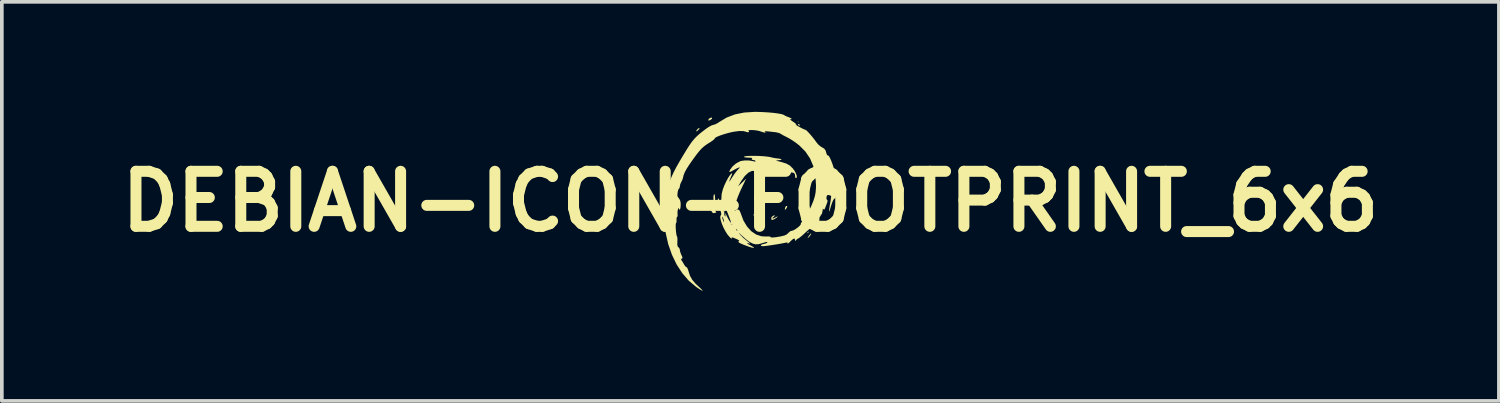
<source format=kicad_pcb>
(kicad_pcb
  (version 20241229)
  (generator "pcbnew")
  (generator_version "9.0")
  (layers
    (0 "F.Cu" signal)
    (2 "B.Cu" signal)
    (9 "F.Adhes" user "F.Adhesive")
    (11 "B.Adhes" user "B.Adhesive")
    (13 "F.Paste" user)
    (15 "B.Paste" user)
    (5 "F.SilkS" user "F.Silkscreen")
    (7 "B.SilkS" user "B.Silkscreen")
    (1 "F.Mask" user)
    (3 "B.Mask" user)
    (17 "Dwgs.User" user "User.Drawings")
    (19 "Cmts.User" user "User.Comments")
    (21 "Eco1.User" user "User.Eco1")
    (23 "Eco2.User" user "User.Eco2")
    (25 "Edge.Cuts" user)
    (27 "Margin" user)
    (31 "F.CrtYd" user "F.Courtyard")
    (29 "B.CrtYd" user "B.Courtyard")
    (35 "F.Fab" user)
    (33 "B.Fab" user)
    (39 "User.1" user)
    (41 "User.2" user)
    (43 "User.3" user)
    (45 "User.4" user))
  (footprint "DEBIAN-ICON-FOOTPRINT_6x6"
    (layer "F.Cu")
    (at 17.407 2.442)
    (property "Reference" "DEBIAN-ICON-FOOTPRINT_6x6" (at 0 0 0) (layer "F.SilkS") (effects (font (size 1.5 1.5) (thickness 0.3))))
    (attr board_only exclude_from_pos_files exclude_from_bom)
    (fp_poly (pts (xy 1.313 -2.169) (xy 1.302 -2.158) (xy 1.29 -2.169) (xy 1.302 -2.181)) (stroke (width 0) (type solid)) (fill yes) (layer "F.SilkS"))
    (fp_poly (pts (xy -1.384 -2.001) (xy -1.4 -1.969) (xy -1.431 -1.935) (xy -1.464 -1.912) (xy -1.478 -1.916) (xy -1.462 -1.948) (xy -1.431 -1.982) (xy -1.397 -2.005)) (stroke (width 0) (type solid)) (fill yes) (layer "F.SilkS"))
    (fp_poly (pts (xy 1.005 0.126) (xy 1.001 0.156) (xy 0.973 0.201) (xy 0.946 0.231) (xy 0.94 0.221) (xy 0.943 0.189) (xy 0.959 0.142) (xy 0.979 0.123)) (stroke (width 0) (type solid)) (fill yes) (layer "F.SilkS"))
    (fp_poly (pts (xy 1.344 -2.094) (xy 1.349 -2.087) (xy 1.347 -2.066) (xy 1.34 -2.064) (xy 1.306 -2.081) (xy 1.302 -2.087) (xy 1.303 -2.109) (xy 1.311 -2.111)) (stroke (width 0) (type solid)) (fill yes) (layer "F.SilkS"))
    (fp_poly (pts (xy 1.587 0.836) (xy 1.583 0.844) (xy 1.561 0.867) (xy 1.557 0.868) (xy 1.555 0.853) (xy 1.56 0.844) (xy 1.582 0.822) (xy 1.586 0.821)) (stroke (width 0) (type solid)) (fill yes) (layer "F.SilkS"))
    (fp_poly (pts (xy -1.052 -2.285) (xy -1.042 -2.262) (xy -1.068 -2.236) (xy -1.117 -2.209) (xy -1.146 -2.208) (xy -1.149 -2.218) (xy -1.132 -2.251) (xy -1.094 -2.279) (xy -1.057 -2.287)) (stroke (width 0) (type solid)) (fill yes) (layer "F.SilkS"))
    (fp_poly (pts (xy 1.658 0.883) (xy 1.639 0.918) (xy 1.607 0.96) (xy 1.579 0.987) (xy 1.56 0.998) (xy 1.57 0.976) (xy 1.591 0.944) (xy 1.628 0.896) (xy 1.652 0.869) (xy 1.656 0.868)) (stroke (width 0) (type solid)) (fill yes) (layer "F.SilkS"))
    (fp_poly (pts (xy -0.972 -0.187) (xy -0.964 -0.131) (xy -0.962 -0.06) (xy -0.963 0.034) (xy -0.968 0.082) (xy -0.977 0.085) (xy -0.989 0.042) (xy -0.994 0.021) (xy -1.007 -0.074) (xy -1.005 -0.15) (xy -0.991 -0.194) (xy -0.985 -0.199)) (stroke (width 0) (type solid)) (fill yes) (layer "F.SilkS"))
    (fp_poly (pts (xy 0.11 0.363) (xy 0.16 0.389) (xy 0.218 0.423) (xy 0.27 0.456) (xy 0.302 0.479) (xy 0.305 0.483) (xy 0.285 0.49) (xy 0.236 0.493) (xy 0.172 0.476) (xy 0.117 0.422) (xy 0.117 0.422) (xy 0.089 0.377) (xy 0.08 0.353) (xy 0.082 0.352)) (stroke (width 0) (type solid)) (fill yes) (layer "F.SilkS"))
    (fp_poly (pts (xy -1.111 0.056) (xy -1.082 0.093) (xy -1.041 0.149) (xy -0.989 0.214) (xy -0.977 0.228) (xy -0.942 0.274) (xy -0.93 0.301) (xy -0.934 0.305) (xy -0.976 0.313) (xy -0.995 0.319) (xy -1.022 0.316) (xy -1.052 0.28) (xy -1.09 0.207) (xy -1.093 0.2) (xy -1.124 0.124) (xy -1.136 0.071) (xy -1.132 0.046)) (stroke (width 0) (type solid)) (fill yes) (layer "F.SilkS"))
    (fp_poly (pts (xy 0.659 0.399) (xy 0.633 0.422) (xy 0.601 0.454) (xy 0.604 0.467) (xy 0.636 0.461) (xy 0.688 0.434) (xy 0.698 0.428) (xy 0.735 0.408) (xy 0.744 0.413) (xy 0.742 0.416) (xy 0.71 0.447) (xy 0.656 0.481) (xy 0.655 0.482) (xy 0.607 0.504) (xy 0.583 0.501) (xy 0.57 0.478) (xy 0.575 0.432) (xy 0.599 0.407) (xy 0.645 0.38) (xy 0.668 0.378)) (stroke (width 0) (type solid)) (fill yes) (layer "F.SilkS"))
    (fp_poly (pts (xy 0.164 -2.442) (xy 0.322 -2.437) (xy 0.476 -2.428) (xy 0.62 -2.416) (xy 0.744 -2.4) (xy 0.84 -2.383) (xy 0.901 -2.365) (xy 0.915 -2.357) (xy 0.96 -2.331) (xy 1.025 -2.304) (xy 1.038 -2.3) (xy 1.094 -2.277) (xy 1.124 -2.255) (xy 1.126 -2.25) (xy 1.108 -2.239) (xy 1.085 -2.243) (xy 1.078 -2.24) (xy 1.104 -2.216) (xy 1.137 -2.192) (xy 1.215 -2.138) (xy 1.254 -2.106) (xy 1.258 -2.094) (xy 1.231 -2.1) (xy 1.227 -2.097) (xy 1.258 -2.076) (xy 1.317 -2.041) (xy 1.334 -2.032) (xy 1.409 -1.992) (xy 1.469 -1.964) (xy 1.501 -1.953) (xy 1.502 -1.953) (xy 1.526 -1.939) (xy 1.57 -1.896) (xy 1.628 -1.833) (xy 1.69 -1.759) (xy 1.751 -1.682) (xy 1.801 -1.612) (xy 1.802 -1.611) (xy 1.858 -1.545) (xy 1.925 -1.491) (xy 1.943 -1.482) (xy 2.011 -1.441) (xy 2.05 -1.39) (xy 2.074 -1.311) (xy 2.075 -1.307) (xy 2.092 -1.265) (xy 2.112 -1.256) (xy 2.135 -1.244) (xy 2.166 -1.195) (xy 2.203 -1.113) (xy 2.243 -1.007) (xy 2.279 -0.894) (xy 2.301 -0.801) (xy 2.318 -0.691) (xy 2.331 -0.57) (xy 2.339 -0.448) (xy 2.343 -0.331) (xy 2.341 -0.228) (xy 2.334 -0.146) (xy 2.322 -0.094) (xy 2.303 -0.079) (xy 2.3 -0.081) (xy 2.28 -0.069) (xy 2.252 -0.022) (xy 2.222 0.052) (xy 2.192 0.142) (xy 2.181 0.184) (xy 2.161 0.252) (xy 2.15 0.277) (xy 2.146 0.263) (xy 2.15 0.212) (xy 2.162 0.128) (xy 2.173 0.063) (xy 2.189 -0.029) (xy 2.199 -0.102) (xy 2.203 -0.144) (xy 2.202 -0.15) (xy 2.175 -0.163) (xy 2.143 -0.174) (xy 2.104 -0.176) (xy 2.082 -0.145) (xy 2.077 -0.126) (xy 2.074 -0.068) (xy 2.09 -0.045) (xy 2.106 -0.021) (xy 2.096 0.026) (xy 2.092 0.039) (xy 2.063 0.113) (xy 2.04 0.175) (xy 2.019 0.219) (xy 2.002 0.222) (xy 1.993 0.21) (xy 1.978 0.198) (xy 1.971 0.228) (xy 1.97 0.252) (xy 1.952 0.332) (xy 1.921 0.378) (xy 1.883 0.442) (xy 1.883 0.484) (xy 1.879 0.534) (xy 1.841 0.583) (xy 1.82 0.602) (xy 1.761 0.659) (xy 1.711 0.717) (xy 1.706 0.724) (xy 1.679 0.758) (xy 1.666 0.759) (xy 1.665 0.756) (xy 1.66 0.734) (xy 1.641 0.733) (xy 1.603 0.758) (xy 1.541 0.811) (xy 1.48 0.868) (xy 1.41 0.931) (xy 1.351 0.979) (xy 1.314 1.006) (xy 1.306 1.008) (xy 1.275 1.025) (xy 1.252 1.05) (xy 1.228 1.078) (xy 1.221 1.068) (xy 1.22 1.05) (xy 1.208 1.014) (xy 1.173 1.018) (xy 1.119 1.062) (xy 1.102 1.079) (xy 1.057 1.123) (xy 1.023 1.148) (xy 1.01 1.147) (xy 1.019 1.128) (xy 1.008 1.119) (xy 0.962 1.124) (xy 0.944 1.128) (xy 0.87 1.143) (xy 0.771 1.161) (xy 0.659 1.179) (xy 0.546 1.196) (xy 0.445 1.21) (xy 0.369 1.218) (xy 0.34 1.22) (xy 0.292 1.212) (xy 0.285 1.194) (xy 0.315 1.173) (xy 0.364 1.159) (xy 0.422 1.144) (xy 0.457 1.126) (xy 0.459 1.123) (xy 0.46 1.106) (xy 0.429 1.106) (xy 0.36 1.126) (xy 0.328 1.137) (xy 0.231 1.164) (xy 0.144 1.169) (xy 0.059 1.147) (xy -0.033 1.097) (xy -0.138 1.015) (xy -0.234 0.929) (xy -0.286 0.882) (xy -0.314 0.861) (xy -0.312 0.868) (xy -0.304 0.878) (xy -0.196 0.991) (xy -0.068 1.096) (xy -0.049 1.11) (xy -0.01 1.139) (xy -0.009 1.148) (xy -0.041 1.142) (xy -0.085 1.136) (xy -0.086 1.146) (xy -0.043 1.174) (xy -0.002 1.195) (xy 0.071 1.236) (xy 0.1 1.26) (xy 0.087 1.267) (xy 0.032 1.256) (xy -0.04 1.233) (xy -0.175 1.184) (xy -0.267 1.145) (xy -0.318 1.115) (xy -0.329 1.092) (xy -0.304 1.075) (xy -0.303 1.074) (xy -0.309 1.062) (xy -0.349 1.038) (xy -0.399 1.015) (xy -0.467 0.988) (xy -0.501 0.979) (xy -0.509 0.989) (xy -0.505 1.004) (xy -0.509 1.016) (xy -0.539 0.995) (xy -0.561 0.975) (xy -0.621 0.906) (xy -0.678 0.817) (xy -0.71 0.757) (xy -0.395 0.757) (xy -0.389 0.77) (xy -0.366 0.796) (xy -0.352 0.79) (xy -0.352 0.787) (xy -0.368 0.767) (xy -0.379 0.76) (xy -0.395 0.757) (xy -0.71 0.757) (xy -0.731 0.718) (xy -0.772 0.622) (xy -0.516 0.622) (xy -0.504 0.633) (xy -0.493 0.622) (xy -0.504 0.61) (xy -0.516 0.622) (xy -0.772 0.622) (xy -0.774 0.617) (xy -0.805 0.523) (xy -0.82 0.445) (xy -0.818 0.416) (xy -0.768 0.416) (xy -0.766 0.449) (xy -0.752 0.499) (xy -0.734 0.543) (xy -0.718 0.563) (xy -0.718 0.543) (xy -0.729 0.494) (xy -0.734 0.478) (xy -0.752 0.429) (xy -0.766 0.413) (xy -0.768 0.416) (xy -0.818 0.416) (xy -0.816 0.391) (xy -0.799 0.371) (xy -0.793 0.347) (xy -0.801 0.297) (xy -0.712 0.297) (xy -0.709 0.363) (xy -0.703 0.383) (xy -0.688 0.417) (xy -0.682 0.408) (xy -0.68 0.375) (xy -0.677 0.317) (xy -0.654 0.374) (xy -0.628 0.429) (xy -0.595 0.49) (xy -0.561 0.543) (xy -0.535 0.576) (xy -0.526 0.581) (xy -0.531 0.557) (xy -0.55 0.5) (xy -0.58 0.419) (xy -0.599 0.369) (xy -0.635 0.277) (xy -0.663 0.199) (xy -0.68 0.148) (xy -0.683 0.135) (xy -0.688 0.138) (xy -0.697 0.178) (xy -0.705 0.219) (xy -0.712 0.297) (xy -0.801 0.297) (xy -0.803 0.29) (xy -0.819 0.234) (xy -0.846 0.142) (xy -0.868 0.055) (xy -0.881 -0.018) (xy -0.886 -0.068) (xy -0.879 -0.086) (xy -0.873 -0.082) (xy -0.856 -0.049) (xy -0.831 0.015) (xy -0.803 0.099) (xy -0.799 0.114) (xy -0.773 0.194) (xy -0.751 0.25) (xy -0.737 0.274) (xy -0.735 0.273) (xy -0.734 0.246) (xy -0.747 0.189) (xy -0.76 0.15) (xy -0.794 -0.021) (xy -0.783 -0.202) (xy -0.749 -0.335) (xy -0.708 -0.441) (xy -0.658 -0.548) (xy -0.605 -0.645) (xy -0.556 -0.719) (xy -0.528 -0.751) (xy -0.502 -0.768) (xy -0.495 -0.762) (xy -0.506 -0.725) (xy -0.537 -0.652) (xy -0.539 -0.647) (xy -0.563 -0.586) (xy -0.576 -0.547) (xy -0.576 -0.539) (xy -0.56 -0.558) (xy -0.528 -0.606) (xy -0.492 -0.663) (xy -0.437 -0.746) (xy -0.377 -0.825) (xy -0.344 -0.863) (xy -0.3 -0.91) (xy -0.288 -0.93) (xy -0.304 -0.928) (xy -0.33 -0.918) (xy -0.391 -0.89) (xy -0.462 -0.852) (xy -0.471 -0.847) (xy -0.537 -0.81) (xy -0.569 -0.802) (xy -0.571 -0.823) (xy -0.553 -0.864) (xy -0.485 -0.956) (xy -0.389 -1.037) (xy -0.282 -1.094) (xy -0.252 -1.104) (xy -0.151 -1.118) (xy -0.036 -1.117) (xy 0.069 -1.1) (xy 0.1 -1.09) (xy 0.134 -1.087) (xy 0.141 -1.1) (xy 0.121 -1.121) (xy 0.095 -1.126) (xy 0.052 -1.136) (xy 0.033 -1.158) (xy 0.049 -1.179) (xy 0.053 -1.181) (xy 0.048 -1.187) (xy 0.005 -1.192) (xy -0.054 -1.194) (xy -0.132 -1.199) (xy -0.173 -1.21) (xy -0.176 -1.22) (xy -0.146 -1.231) (xy -0.079 -1.239) (xy 0.015 -1.243) (xy 0.126 -1.243) (xy 0.243 -1.24) (xy 0.357 -1.233) (xy 0.458 -1.223) (xy 0.536 -1.211) (xy 0.547 -1.208) (xy 0.631 -1.188) (xy 0.704 -1.176) (xy 0.738 -1.173) (xy 0.802 -1.165) (xy 0.837 -1.155) (xy 0.853 -1.143) (xy 0.83 -1.133) (xy 0.786 -1.126) (xy 0.692 -1.114) (xy 0.852 -1.073) (xy 0.979 -1.033) (xy 1.075 -0.98) (xy 1.153 -0.904) (xy 1.202 -0.839) (xy 1.241 -0.768) (xy 1.263 -0.703) (xy 1.265 -0.654) (xy 1.245 -0.633) (xy 1.243 -0.633) (xy 1.225 -0.653) (xy 1.219 -0.686) (xy 1.217 -0.726) (xy 1.208 -0.755) (xy 1.185 -0.776) (xy 1.143 -0.789) (xy 1.075 -0.798) (xy 0.976 -0.802) (xy 0.838 -0.803) (xy 0.755 -0.804) (xy 0.638 -0.805) (xy 0.541 -0.808) (xy 0.472 -0.813) (xy 0.44 -0.819) (xy 0.439 -0.821) (xy 0.47 -0.839) (xy 0.53 -0.864) (xy 0.569 -0.88) (xy 0.631 -0.905) (xy 0.668 -0.923) (xy 0.673 -0.93) (xy 0.649 -0.927) (xy 0.588 -0.916) (xy 0.503 -0.896) (xy 0.433 -0.879) (xy 0.325 -0.854) (xy 0.23 -0.838) (xy 0.161 -0.832) (xy 0.138 -0.833) (xy 0.041 -0.832) (xy -0.056 -0.784) (xy -0.154 -0.691) (xy -0.253 -0.551) (xy -0.274 -0.516) (xy -0.335 -0.41) (xy -0.225 -0.516) (xy -0.115 -0.622) (xy -0.243 -0.354) (xy -0.298 -0.233) (xy -0.348 -0.109) (xy -0.39 0.009) (xy -0.421 0.112) (xy -0.439 0.192) (xy -0.442 0.241) (xy -0.437 0.251) (xy -0.411 0.25) (xy -0.388 0.235) (xy -0.341 0.215) (xy -0.301 0.239) (xy -0.267 0.309) (xy -0.26 0.332) (xy -0.187 0.524) (xy -0.09 0.685) (xy 0.025 0.812) (xy 0.156 0.901) (xy 0.3 0.949) (xy 0.427 0.956) (xy 0.496 0.954) (xy 0.54 0.959) (xy 0.548 0.966) (xy 0.558 0.98) (xy 0.608 0.983) (xy 0.693 0.975) (xy 0.809 0.956) (xy 0.826 0.953) (xy 0.923 0.93) (xy 0.987 0.902) (xy 1.03 0.864) (xy 1.033 0.86) (xy 1.088 0.812) (xy 1.139 0.797) (xy 1.179 0.785) (xy 1.233 0.753) (xy 1.291 0.711) (xy 1.341 0.668) (xy 1.371 0.632) (xy 1.373 0.615) (xy 1.379 0.592) (xy 1.409 0.548) (xy 1.42 0.534) (xy 1.497 0.428) (xy 1.577 0.292) (xy 1.652 0.144) (xy 1.713 -0.002) (xy 1.726 -0.038) (xy 1.76 -0.15) (xy 1.779 -0.251) (xy 1.788 -0.364) (xy 1.789 -0.446) (xy 1.771 -0.716) (xy 1.718 -0.957) (xy 1.628 -1.171) (xy 1.5 -1.361) (xy 1.332 -1.529) (xy 1.231 -1.607) (xy 1.143 -1.667) (xy 1.054 -1.721) (xy 0.982 -1.759) (xy 0.91 -1.795) (xy 0.851 -1.829) (xy 0.835 -1.84) (xy 0.784 -1.865) (xy 0.712 -1.883) (xy 0.695 -1.886) (xy 0.563 -1.901) (xy 0.473 -1.911) (xy 0.418 -1.914) (xy 0.392 -1.913) (xy 0.391 -1.906) (xy 0.399 -1.9) (xy 0.418 -1.881) (xy 0.401 -1.876) (xy 0.358 -1.883) (xy 0.298 -1.902) (xy 0.273 -1.911) (xy 0.222 -1.926) (xy 0.154 -1.938) (xy 0.082 -1.945) (xy 0.015 -1.947) (xy -0.035 -1.944) (xy -0.057 -1.935) (xy -0.05 -1.926) (xy -0.032 -1.903) (xy -0.047 -1.888) (xy -0.083 -1.887) (xy -0.115 -1.899) (xy -0.193 -1.919) (xy -0.308 -1.92) (xy -0.456 -1.9) (xy -0.509 -1.889) (xy -0.618 -1.863) (xy -0.726 -1.831) (xy -0.825 -1.798) (xy -0.904 -1.766) (xy -0.955 -1.738) (xy -0.969 -1.72) (xy -0.985 -1.697) (xy -1.031 -1.658) (xy -1.094 -1.616) (xy -1.188 -1.557) (xy -1.263 -1.502) (xy -1.329 -1.443) (xy -1.394 -1.371) (xy -1.469 -1.277) (xy -1.552 -1.164) (xy -1.659 -1.012) (xy -1.738 -0.89) (xy -1.791 -0.79) (xy -1.823 -0.708) (xy -1.834 -0.655) (xy -1.854 -0.59) (xy -1.883 -0.532) (xy -1.912 -0.468) (xy -1.923 -0.411) (xy -1.931 -0.367) (xy -1.945 -0.352) (xy -1.961 -0.331) (xy -1.977 -0.278) (xy -1.983 -0.245) (xy -1.99 -0.172) (xy -1.979 -0.125) (xy -1.949 -0.085) (xy -1.916 -0.033) (xy -1.901 0.04) (xy -1.9 0.088) (xy -1.904 0.159) (xy -1.915 0.21) (xy -1.923 0.223) (xy -1.943 0.216) (xy -1.948 0.195) (xy -1.953 0.174) (xy -1.967 0.197) (xy -1.973 0.211) (xy -1.987 0.277) (xy -1.985 0.346) (xy -1.983 0.4) (xy -1.997 0.422) (xy -1.998 0.422) (xy -2.012 0.443) (xy -2.013 0.496) (xy -2.013 0.504) (xy -2.012 0.558) (xy -2.022 0.586) (xy -2.025 0.586) (xy -2.033 0.607) (xy -2.036 0.661) (xy -2.034 0.735) (xy -2.028 0.814) (xy -2.019 0.887) (xy -2.009 0.938) (xy -1.999 0.956) (xy -1.991 0.98) (xy -1.988 1.038) (xy -1.99 1.094) (xy -1.992 1.176) (xy -1.983 1.224) (xy -1.961 1.248) (xy -1.961 1.248) (xy -1.931 1.286) (xy -1.923 1.321) (xy -1.913 1.376) (xy -1.887 1.445) (xy -1.879 1.46) (xy -1.854 1.516) (xy -1.851 1.544) (xy -1.87 1.559) (xy -1.892 1.576) (xy -1.876 1.607) (xy -1.845 1.652) (xy -1.81 1.713) (xy -1.808 1.718) (xy -1.776 1.767) (xy -1.747 1.789) (xy -1.743 1.789) (xy -1.723 1.807) (xy -1.7 1.857) (xy -1.69 1.892) (xy -1.647 2.023) (xy -1.586 2.134) (xy -1.497 2.239) (xy -1.426 2.306) (xy -1.362 2.365) (xy -1.318 2.411) (xy -1.3 2.435) (xy -1.302 2.438) (xy -1.33 2.425) (xy -1.387 2.391) (xy -1.46 2.342) (xy -1.485 2.324) (xy -1.681 2.159) (xy -1.857 1.954) (xy -2.011 1.717) (xy -2.139 1.451) (xy -2.24 1.163) (xy -2.309 0.857) (xy -2.324 0.757) (xy -2.34 0.563) (xy -2.343 0.347) (xy -2.332 0.125) (xy -2.31 -0.087) (xy -2.276 -0.273) (xy -2.268 -0.305) (xy -2.231 -0.44) (xy -2.191 -0.561) (xy -2.146 -0.678) (xy -2.09 -0.799) (xy -2.02 -0.933) (xy -1.932 -1.088) (xy -1.835 -1.252) (xy -1.74 -1.408) (xy -1.662 -1.53) (xy -1.593 -1.628) (xy -1.525 -1.71) (xy -1.453 -1.783) (xy -1.369 -1.857) (xy -1.265 -1.938) (xy -1.206 -1.983) (xy -1.13 -2.034) (xy -1.061 -2.071) (xy -1.014 -2.087) (xy -1.012 -2.087) (xy -0.962 -2.101) (xy -0.895 -2.135) (xy -0.847 -2.167) (xy -0.646 -2.287) (xy -0.42 -2.373) (xy -0.168 -2.424) (xy 0.116 -2.442)) (stroke (width 0) (type solid)) (fill yes) (layer "F.SilkS")))
  (gr_rect
    (start -3 -3)
    (end 37.814 7.88)
    (stroke (width 0.1) (type default))
    (fill no)
    (layer "Edge.Cuts")))
</source>
